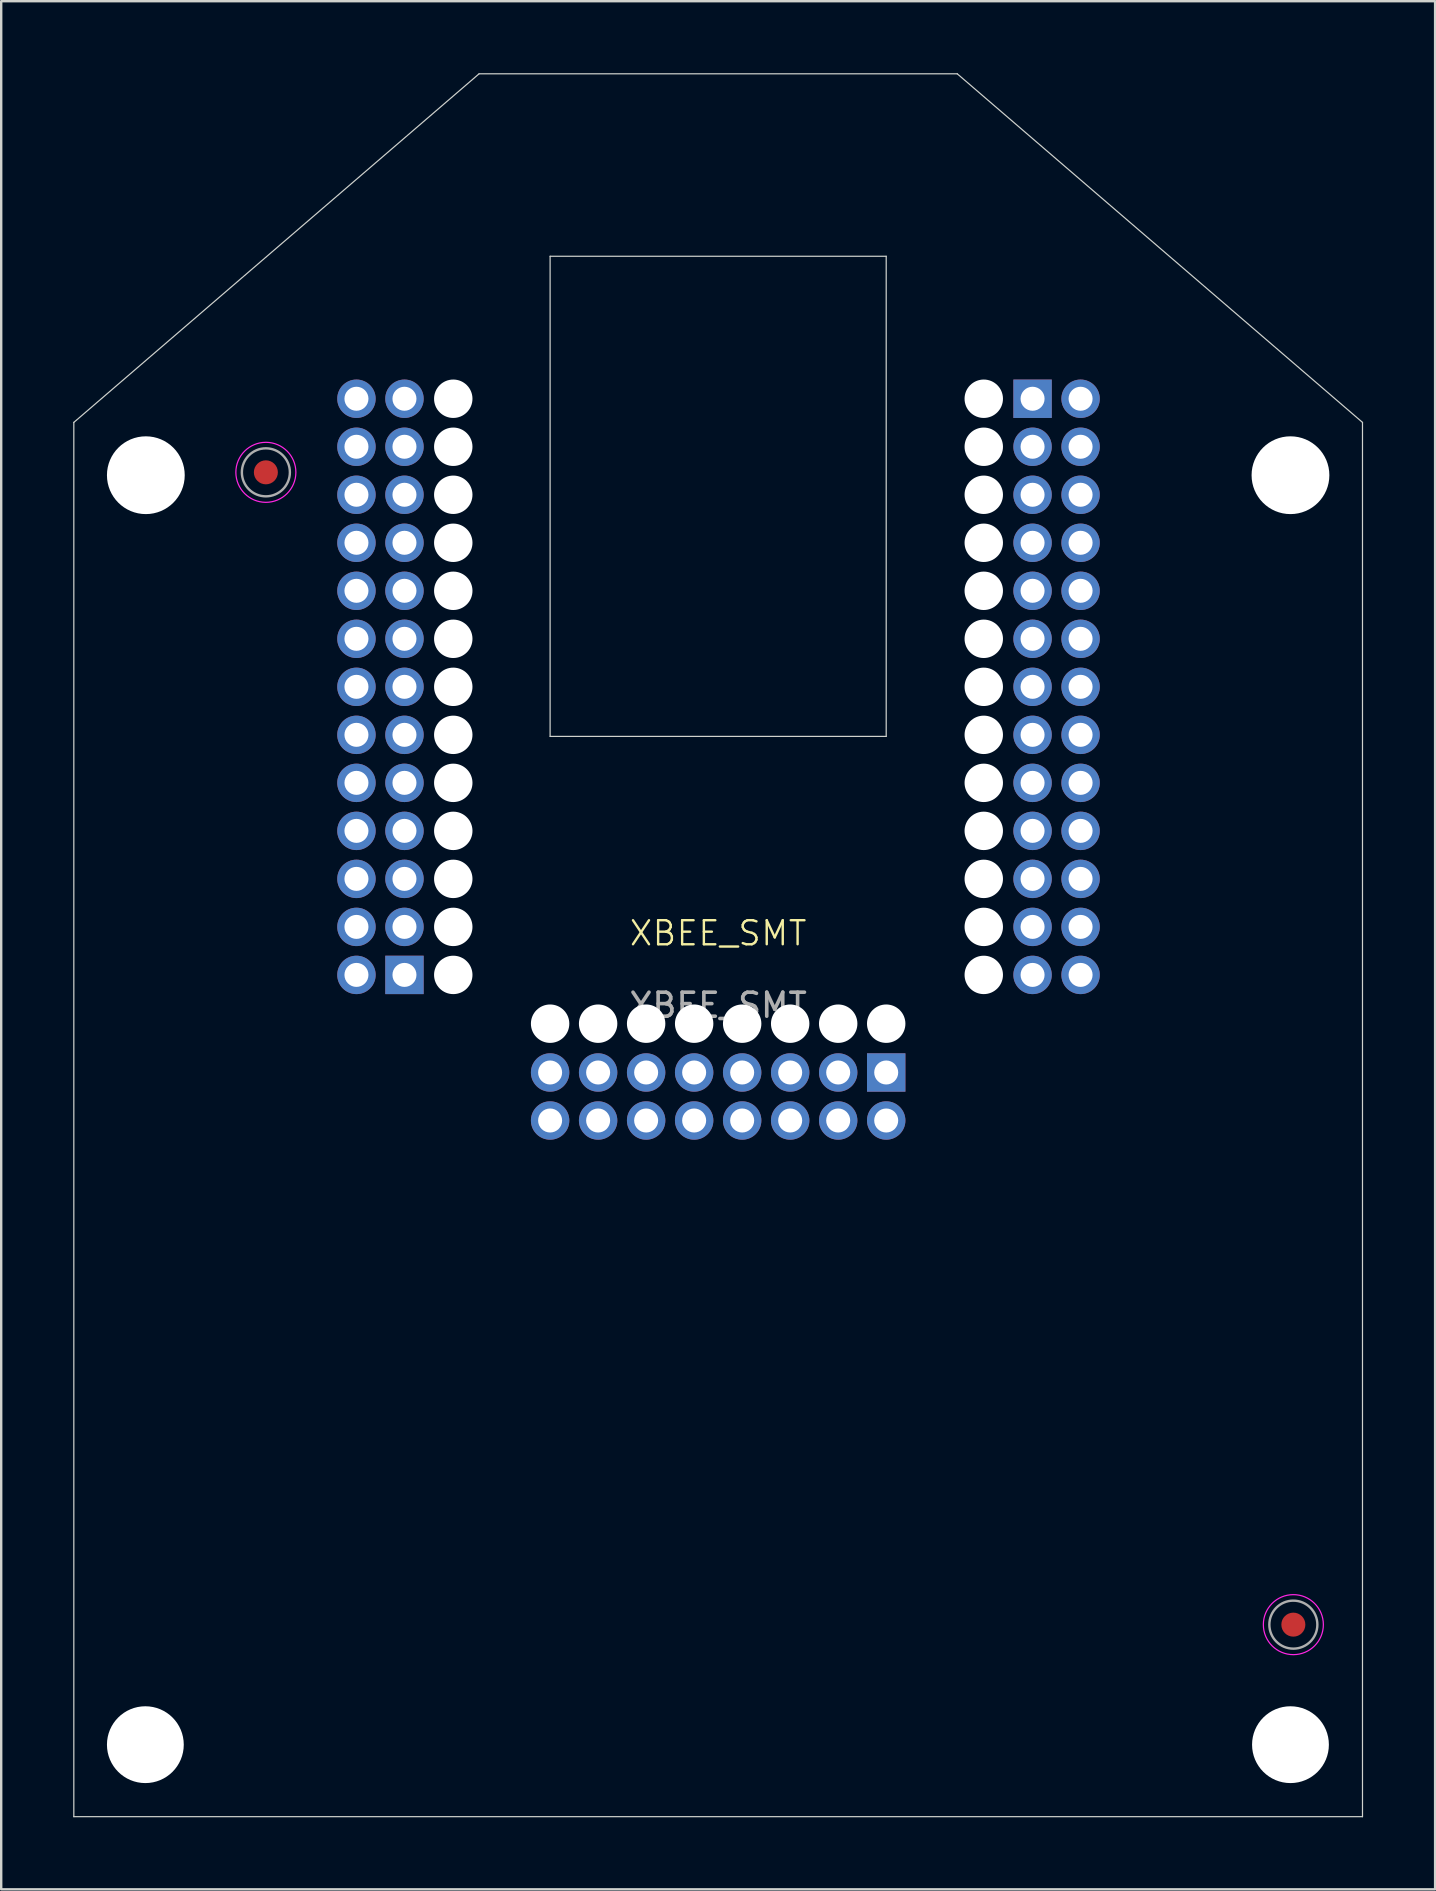
<source format=kicad_pcb>
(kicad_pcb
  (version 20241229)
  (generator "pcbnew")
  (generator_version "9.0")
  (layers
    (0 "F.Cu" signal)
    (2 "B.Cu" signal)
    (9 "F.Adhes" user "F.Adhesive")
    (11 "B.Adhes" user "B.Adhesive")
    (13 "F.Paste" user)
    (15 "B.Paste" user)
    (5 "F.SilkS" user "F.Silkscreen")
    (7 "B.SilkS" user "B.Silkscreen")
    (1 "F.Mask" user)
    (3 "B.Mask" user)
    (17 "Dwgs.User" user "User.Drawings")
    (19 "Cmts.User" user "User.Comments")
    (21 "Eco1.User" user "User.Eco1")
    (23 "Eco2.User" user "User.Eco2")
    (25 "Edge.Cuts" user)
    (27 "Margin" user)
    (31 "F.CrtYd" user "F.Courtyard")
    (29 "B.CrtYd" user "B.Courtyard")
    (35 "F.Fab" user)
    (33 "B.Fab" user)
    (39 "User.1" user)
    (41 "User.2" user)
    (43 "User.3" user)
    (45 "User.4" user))
  (footprint "XBEE_SMT"
    (layer "F.Cu")
    (at 26.865 36.325)
    (property "Reference" "XBEE_SMT" (at 0 -0.5 0) (unlocked yes) (layer "F.SilkS") (effects (font (size 1 1) (thickness 0.1))))
    (attr through_hole)
    (fp_line (start -26.84 -21.78) (end -26.84 36.3) (stroke (width 0.05) (type default)) (layer "Edge.Cuts"))
    (fp_line (start -26.84 -21.78) (end -9.96 -36.3) (stroke (width 0.05) (type default)) (layer "Edge.Cuts"))
    (fp_line (start -9.96 -36.3) (end 9.96 -36.3) (stroke (width 0.05) (type default)) (layer "Edge.Cuts"))
    (fp_line (start -7 -28.7) (end 7 -28.7) (stroke (width 0.05) (type default)) (layer "Edge.Cuts"))
    (fp_line (start -7 -8.7) (end -7 -28.7) (stroke (width 0.05) (type default)) (layer "Edge.Cuts"))
    (fp_line (start 7 -28.7) (end 7 -8.7) (stroke (width 0.05) (type default)) (layer "Edge.Cuts"))
    (fp_line (start 7 -8.7) (end -7 -8.7) (stroke (width 0.05) (type default)) (layer "Edge.Cuts"))
    (fp_line (start 9.96 -36.3) (end 26.84 -21.78) (stroke (width 0.05) (type default)) (layer "Edge.Cuts"))
    (fp_line (start 26.84 -21.78) (end 26.84 36.3) (stroke (width 0.05) (type default)) (layer "Edge.Cuts"))
    (fp_line (start 26.84 36.3) (end -26.84 36.3) (stroke (width 0.05) (type default)) (layer "Edge.Cuts"))
    (fp_circle (center -18.84 -19.7) (end -17.59 -19.7) (stroke (width 0.05) (type solid)) (fill no) (layer "F.CrtYd"))
    (fp_circle (center 23.96 28.3) (end 25.21 28.3) (stroke (width 0.05) (type solid)) (fill no) (layer "F.CrtYd"))
    (fp_circle (center -18.84 -19.7) (end -17.84 -19.7) (stroke (width 0.1) (type solid)) (fill no) (layer "F.Fab"))
    (fp_circle (center 23.96 28.3) (end 24.96 28.3) (stroke (width 0.1) (type solid)) (fill no) (layer "F.Fab"))
    (fp_text user "${REFERENCE}" (at 0 2.5 0) (unlocked yes) (layer "F.Fab") (effects (font (size 1 1) (thickness 0.15))))
    (pad "" np_thru_hole circle (at -23.86 33.3 270) (size 3.2 3.2) (drill 3.2) (layers "*.Cu" "*.Mask"))
    (pad "" np_thru_hole circle (at -23.84 -19.58 270) (size 3.24 3.24) (drill 3.24) (layers "*.Cu" "*.Mask"))
    (pad "" smd circle (at -18.84 -19.7) (size 1 1) (layers "F.Cu" "F.Mask"))
    (pad "" np_thru_hole circle (at -11.034 -22.765 270) (size 1.6 1.6) (drill 1.6) (layers "*.Cu" "*.Mask"))
    (pad "" np_thru_hole circle (at -11.034 -20.765 270) (size 1.6 1.6) (drill 1.6) (layers "*.Cu" "*.Mask"))
    (pad "" np_thru_hole circle (at -11.034 -18.765 270) (size 1.6 1.6) (drill 1.6) (layers "*.Cu" "*.Mask"))
    (pad "" np_thru_hole circle (at -11.034 -16.765 270) (size 1.6 1.6) (drill 1.6) (layers "*.Cu" "*.Mask"))
    (pad "" np_thru_hole circle (at -11.034 -14.765 270) (size 1.6 1.6) (drill 1.6) (layers "*.Cu" "*.Mask"))
    (pad "" np_thru_hole circle (at -11.034 -12.765 270) (size 1.6 1.6) (drill 1.6) (layers "*.Cu" "*.Mask"))
    (pad "" np_thru_hole circle (at -11.034 -10.765 270) (size 1.6 1.6) (drill 1.6) (layers "*.Cu" "*.Mask"))
    (pad "" np_thru_hole circle (at -11.034 -8.765 270) (size 1.6 1.6) (drill 1.6) (layers "*.Cu" "*.Mask"))
    (pad "" np_thru_hole circle (at -11.034 -6.765 270) (size 1.6 1.6) (drill 1.6) (layers "*.Cu" "*.Mask"))
    (pad "" np_thru_hole circle (at -11.034 -4.765 270) (size 1.6 1.6) (drill 1.6) (layers "*.Cu" "*.Mask"))
    (pad "" np_thru_hole circle (at -11.034 -2.765 270) (size 1.6 1.6) (drill 1.6) (layers "*.Cu" "*.Mask"))
    (pad "" np_thru_hole circle (at -11.034 -0.765 270) (size 1.6 1.6) (drill 1.6) (layers "*.Cu" "*.Mask"))
    (pad "" np_thru_hole circle (at -11.034 1.235 270) (size 1.6 1.6) (drill 1.6) (layers "*.Cu" "*.Mask"))
    (pad "" np_thru_hole circle (at -7 3.267 270) (size 1.6 1.6) (drill 1.6) (layers "*.Cu" "*.Mask"))
    (pad "" np_thru_hole circle (at -5 3.267 270) (size 1.6 1.6) (drill 1.6) (layers "*.Cu" "*.Mask"))
    (pad "" np_thru_hole circle (at -3 3.267 270) (size 1.6 1.6) (drill 1.6) (layers "*.Cu" "*.Mask"))
    (pad "" np_thru_hole circle (at -1 3.267 270) (size 1.6 1.6) (drill 1.6) (layers "*.Cu" "*.Mask"))
    (pad "" np_thru_hole circle (at 1 3.267 270) (size 1.6 1.6) (drill 1.6) (layers "*.Cu" "*.Mask"))
    (pad "" np_thru_hole circle (at 3 3.267 270) (size 1.6 1.6) (drill 1.6) (layers "*.Cu" "*.Mask"))
    (pad "" np_thru_hole circle (at 5 3.267 270) (size 1.6 1.6) (drill 1.6) (layers "*.Cu" "*.Mask"))
    (pad "" np_thru_hole circle (at 7 3.267 270) (size 1.6 1.6) (drill 1.6) (layers "*.Cu" "*.Mask"))
    (pad "" np_thru_hole circle (at 11.064 -22.765 270) (size 1.6 1.6) (drill 1.6) (layers "*.Cu" "*.Mask"))
    (pad "" np_thru_hole circle (at 11.064 -20.765 270) (size 1.6 1.6) (drill 1.6) (layers "*.Cu" "*.Mask"))
    (pad "" np_thru_hole circle (at 11.064 -18.765 270) (size 1.6 1.6) (drill 1.6) (layers "*.Cu" "*.Mask"))
    (pad "" np_thru_hole circle (at 11.064 -16.765 270) (size 1.6 1.6) (drill 1.6) (layers "*.Cu" "*.Mask"))
    (pad "" np_thru_hole circle (at 11.064 -14.765 270) (size 1.6 1.6) (drill 1.6) (layers "*.Cu" "*.Mask"))
    (pad "" np_thru_hole circle (at 11.064 -12.765 270) (size 1.6 1.6) (drill 1.6) (layers "*.Cu" "*.Mask"))
    (pad "" np_thru_hole circle (at 11.064 -10.765 270) (size 1.6 1.6) (drill 1.6) (layers "*.Cu" "*.Mask"))
    (pad "" np_thru_hole circle (at 11.064 -8.765 270) (size 1.6 1.6) (drill 1.6) (layers "*.Cu" "*.Mask"))
    (pad "" np_thru_hole circle (at 11.064 -6.765 270) (size 1.6 1.6) (drill 1.6) (layers "*.Cu" "*.Mask"))
    (pad "" np_thru_hole circle (at 11.064 -4.765 270) (size 1.6 1.6) (drill 1.6) (layers "*.Cu" "*.Mask"))
    (pad "" np_thru_hole circle (at 11.064 -2.765 270) (size 1.6 1.6) (drill 1.6) (layers "*.Cu" "*.Mask"))
    (pad "" np_thru_hole circle (at 11.064 -0.765 270) (size 1.6 1.6) (drill 1.6) (layers "*.Cu" "*.Mask"))
    (pad "" np_thru_hole circle (at 11.064 1.235 270) (size 1.6 1.6) (drill 1.6) (layers "*.Cu" "*.Mask"))
    (pad "" np_thru_hole circle (at 23.84 -19.58 270) (size 3.24 3.24) (drill 3.24) (layers "*.Cu" "*.Mask"))
    (pad "" np_thru_hole circle (at 23.84 33.3 270) (size 3.2 3.2) (drill 3.2) (layers "*.Cu" "*.Mask"))
    (pad "" smd circle (at 23.96 28.3) (size 1 1) (layers "F.Cu" "F.Mask"))
    (pad "1" thru_hole circle (at -15.067 -22.765 270) (size 1.6 1.6) (drill 1) (layers "*.Cu" "*.Mask"))
    (pad "1" thru_hole circle (at -13.067 -22.765 270) (size 1.6 1.6) (drill 1) (layers "*.Cu" "*.Mask"))
    (pad "2" thru_hole circle (at -15.067 -20.765 270) (size 1.6 1.6) (drill 1) (layers "*.Cu" "*.Mask"))
    (pad "2" thru_hole circle (at -13.067 -20.765 270) (size 1.6 1.6) (drill 1) (layers "*.Cu" "*.Mask"))
    (pad "3" thru_hole circle (at -15.067 -18.765 270) (size 1.6 1.6) (drill 1) (layers "*.Cu" "*.Mask"))
    (pad "3" thru_hole circle (at -13.067 -18.765 270) (size 1.6 1.6) (drill 1) (layers "*.Cu" "*.Mask"))
    (pad "4" thru_hole circle (at -15.067 -16.765 270) (size 1.6 1.6) (drill 1) (layers "*.Cu" "*.Mask"))
    (pad "4" thru_hole circle (at -13.067 -16.765 270) (size 1.6 1.6) (drill 1) (layers "*.Cu" "*.Mask"))
    (pad "5" thru_hole circle (at -15.067 -14.765 270) (size 1.6 1.6) (drill 1) (layers "*.Cu" "*.Mask"))
    (pad "5" thru_hole circle (at -13.067 -14.765 270) (size 1.6 1.6) (drill 1) (layers "*.Cu" "*.Mask"))
    (pad "6" thru_hole circle (at -15.067 -12.765 270) (size 1.6 1.6) (drill 1) (layers "*.Cu" "*.Mask"))
    (pad "6" thru_hole circle (at -13.067 -12.765 270) (size 1.6 1.6) (drill 1) (layers "*.Cu" "*.Mask"))
    (pad "7" thru_hole circle (at -15.067 -10.765 270) (size 1.6 1.6) (drill 1) (layers "*.Cu" "*.Mask"))
    (pad "7" thru_hole circle (at -13.067 -10.765 270) (size 1.6 1.6) (drill 1) (layers "*.Cu" "*.Mask"))
    (pad "8" thru_hole circle (at -15.067 -8.765 270) (size 1.6 1.6) (drill 1) (layers "*.Cu" "*.Mask"))
    (pad "8" thru_hole circle (at -13.067 -8.765 270) (size 1.6 1.6) (drill 1) (layers "*.Cu" "*.Mask"))
    (pad "9" thru_hole circle (at -15.067 -6.765 270) (size 1.6 1.6) (drill 1) (layers "*.Cu" "*.Mask"))
    (pad "9" thru_hole circle (at -13.067 -6.765 270) (size 1.6 1.6) (drill 1) (layers "*.Cu" "*.Mask"))
    (pad "10" thru_hole circle (at -15.067 -4.765 270) (size 1.6 1.6) (drill 1) (layers "*.Cu" "*.Mask"))
    (pad "10" thru_hole circle (at -13.067 -4.765 270) (size 1.6 1.6) (drill 1) (layers "*.Cu" "*.Mask"))
    (pad "11" thru_hole circle (at -15.067 -2.765 270) (size 1.6 1.6) (drill 1) (layers "*.Cu" "*.Mask"))
    (pad "11" thru_hole circle (at -13.067 -2.765 270) (size 1.6 1.6) (drill 1) (layers "*.Cu" "*.Mask"))
    (pad "12" thru_hole circle (at -15.067 -0.765 270) (size 1.6 1.6) (drill 1) (layers "*.Cu" "*.Mask"))
    (pad "12" thru_hole circle (at -13.067 -0.765 270) (size 1.6 1.6) (drill 1) (layers "*.Cu" "*.Mask"))
    (pad "13" thru_hole circle (at -15.067 1.235 270) (size 1.6 1.6) (drill 1) (layers "*.Cu" "*.Mask"))
    (pad "13" thru_hole rect (at -13.067 1.235 270) (size 1.6 1.6) (drill 1) (layers "*.Cu" "*.Mask"))
    (pad "14" thru_hole circle (at -7 5.3 270) (size 1.6 1.6) (drill 1) (layers "*.Cu" "*.Mask"))
    (pad "14" thru_hole circle (at -7 7.3 270) (size 1.6 1.6) (drill 1) (layers "*.Cu" "*.Mask"))
    (pad "15" thru_hole circle (at -5 5.3 270) (size 1.6 1.6) (drill 1) (layers "*.Cu" "*.Mask"))
    (pad "15" thru_hole circle (at -5 7.3 270) (size 1.6 1.6) (drill 1) (layers "*.Cu" "*.Mask"))
    (pad "16" thru_hole circle (at -3 5.3 270) (size 1.6 1.6) (drill 1) (layers "*.Cu" "*.Mask"))
    (pad "16" thru_hole circle (at -3 7.3 270) (size 1.6 1.6) (drill 1) (layers "*.Cu" "*.Mask"))
    (pad "17" thru_hole circle (at -1 5.3 270) (size 1.6 1.6) (drill 1) (layers "*.Cu" "*.Mask"))
    (pad "17" thru_hole circle (at -1 7.3 270) (size 1.6 1.6) (drill 1) (layers "*.Cu" "*.Mask"))
    (pad "18" thru_hole circle (at 1 5.3 270) (size 1.6 1.6) (drill 1) (layers "*.Cu" "*.Mask"))
    (pad "18" thru_hole circle (at 1 7.3 270) (size 1.6 1.6) (drill 1) (layers "*.Cu" "*.Mask"))
    (pad "19" thru_hole circle (at 3 5.3 270) (size 1.6 1.6) (drill 1) (layers "*.Cu" "*.Mask"))
    (pad "19" thru_hole circle (at 3 7.3 270) (size 1.6 1.6) (drill 1) (layers "*.Cu" "*.Mask"))
    (pad "20" thru_hole circle (at 5 5.3 270) (size 1.6 1.6) (drill 1) (layers "*.Cu" "*.Mask"))
    (pad "20" thru_hole circle (at 5 7.3 270) (size 1.6 1.6) (drill 1) (layers "*.Cu" "*.Mask"))
    (pad "21" thru_hole rect (at 7 5.3 270) (size 1.6 1.6) (drill 1) (layers "*.Cu" "*.Mask"))
    (pad "21" thru_hole circle (at 7 7.3 270) (size 1.6 1.6) (drill 1) (layers "*.Cu" "*.Mask"))
    (pad "22" thru_hole circle (at 13.097 1.235 270) (size 1.6 1.6) (drill 1) (layers "*.Cu" "*.Mask"))
    (pad "22" thru_hole circle (at 15.097 1.235 270) (size 1.6 1.6) (drill 1) (layers "*.Cu" "*.Mask"))
    (pad "23" thru_hole circle (at 13.097 -0.765 270) (size 1.6 1.6) (drill 1) (layers "*.Cu" "*.Mask"))
    (pad "23" thru_hole circle (at 15.097 -0.765 270) (size 1.6 1.6) (drill 1) (layers "*.Cu" "*.Mask"))
    (pad "24" thru_hole circle (at 13.097 -2.765 270) (size 1.6 1.6) (drill 1) (layers "*.Cu" "*.Mask"))
    (pad "24" thru_hole circle (at 15.097 -2.765 270) (size 1.6 1.6) (drill 1) (layers "*.Cu" "*.Mask"))
    (pad "25" thru_hole circle (at 13.097 -4.765 270) (size 1.6 1.6) (drill 1) (layers "*.Cu" "*.Mask"))
    (pad "25" thru_hole circle (at 15.097 -4.765 270) (size 1.6 1.6) (drill 1) (layers "*.Cu" "*.Mask"))
    (pad "26" thru_hole circle (at 13.097 -6.765 270) (size 1.6 1.6) (drill 1) (layers "*.Cu" "*.Mask"))
    (pad "26" thru_hole circle (at 15.097 -6.765 270) (size 1.6 1.6) (drill 1) (layers "*.Cu" "*.Mask"))
    (pad "27" thru_hole circle (at 13.097 -8.765 270) (size 1.6 1.6) (drill 1) (layers "*.Cu" "*.Mask"))
    (pad "27" thru_hole circle (at 15.097 -8.765 270) (size 1.6 1.6) (drill 1) (layers "*.Cu" "*.Mask"))
    (pad "28" thru_hole circle (at 13.097 -10.765 270) (size 1.6 1.6) (drill 1) (layers "*.Cu" "*.Mask"))
    (pad "28" thru_hole circle (at 15.097 -10.765 270) (size 1.6 1.6) (drill 1) (layers "*.Cu" "*.Mask"))
    (pad "29" thru_hole circle (at 13.097 -12.765 270) (size 1.6 1.6) (drill 1) (layers "*.Cu" "*.Mask"))
    (pad "29" thru_hole circle (at 15.097 -12.765 270) (size 1.6 1.6) (drill 1) (layers "*.Cu" "*.Mask"))
    (pad "30" thru_hole circle (at 13.097 -14.765 270) (size 1.6 1.6) (drill 1) (layers "*.Cu" "*.Mask"))
    (pad "30" thru_hole circle (at 15.097 -14.765 270) (size 1.6 1.6) (drill 1) (layers "*.Cu" "*.Mask"))
    (pad "31" thru_hole circle (at 13.097 -16.765 270) (size 1.6 1.6) (drill 1) (layers "*.Cu" "*.Mask"))
    (pad "31" thru_hole circle (at 15.097 -16.765 270) (size 1.6 1.6) (drill 1) (layers "*.Cu" "*.Mask"))
    (pad "32" thru_hole circle (at 13.097 -18.765 270) (size 1.6 1.6) (drill 1) (layers "*.Cu" "*.Mask"))
    (pad "32" thru_hole circle (at 15.097 -18.765 270) (size 1.6 1.6) (drill 1) (layers "*.Cu" "*.Mask"))
    (pad "33" thru_hole circle (at 13.097 -20.765 270) (size 1.6 1.6) (drill 1) (layers "*.Cu" "*.Mask"))
    (pad "33" thru_hole circle (at 15.097 -20.765 270) (size 1.6 1.6) (drill 1) (layers "*.Cu" "*.Mask"))
    (pad "34" thru_hole rect (at 13.097 -22.765 270) (size 1.6 1.6) (drill 1) (layers "*.Cu" "*.Mask"))
    (pad "34" thru_hole circle (at 15.097 -22.765 270) (size 1.6 1.6) (drill 1) (layers "*.Cu" "*.Mask")))
  (gr_rect
    (start -3 -3)
    (end 56.73 75.65)
    (stroke (width 0.1) (type default))
    (fill no)
    (layer "Edge.Cuts")))
</source>
